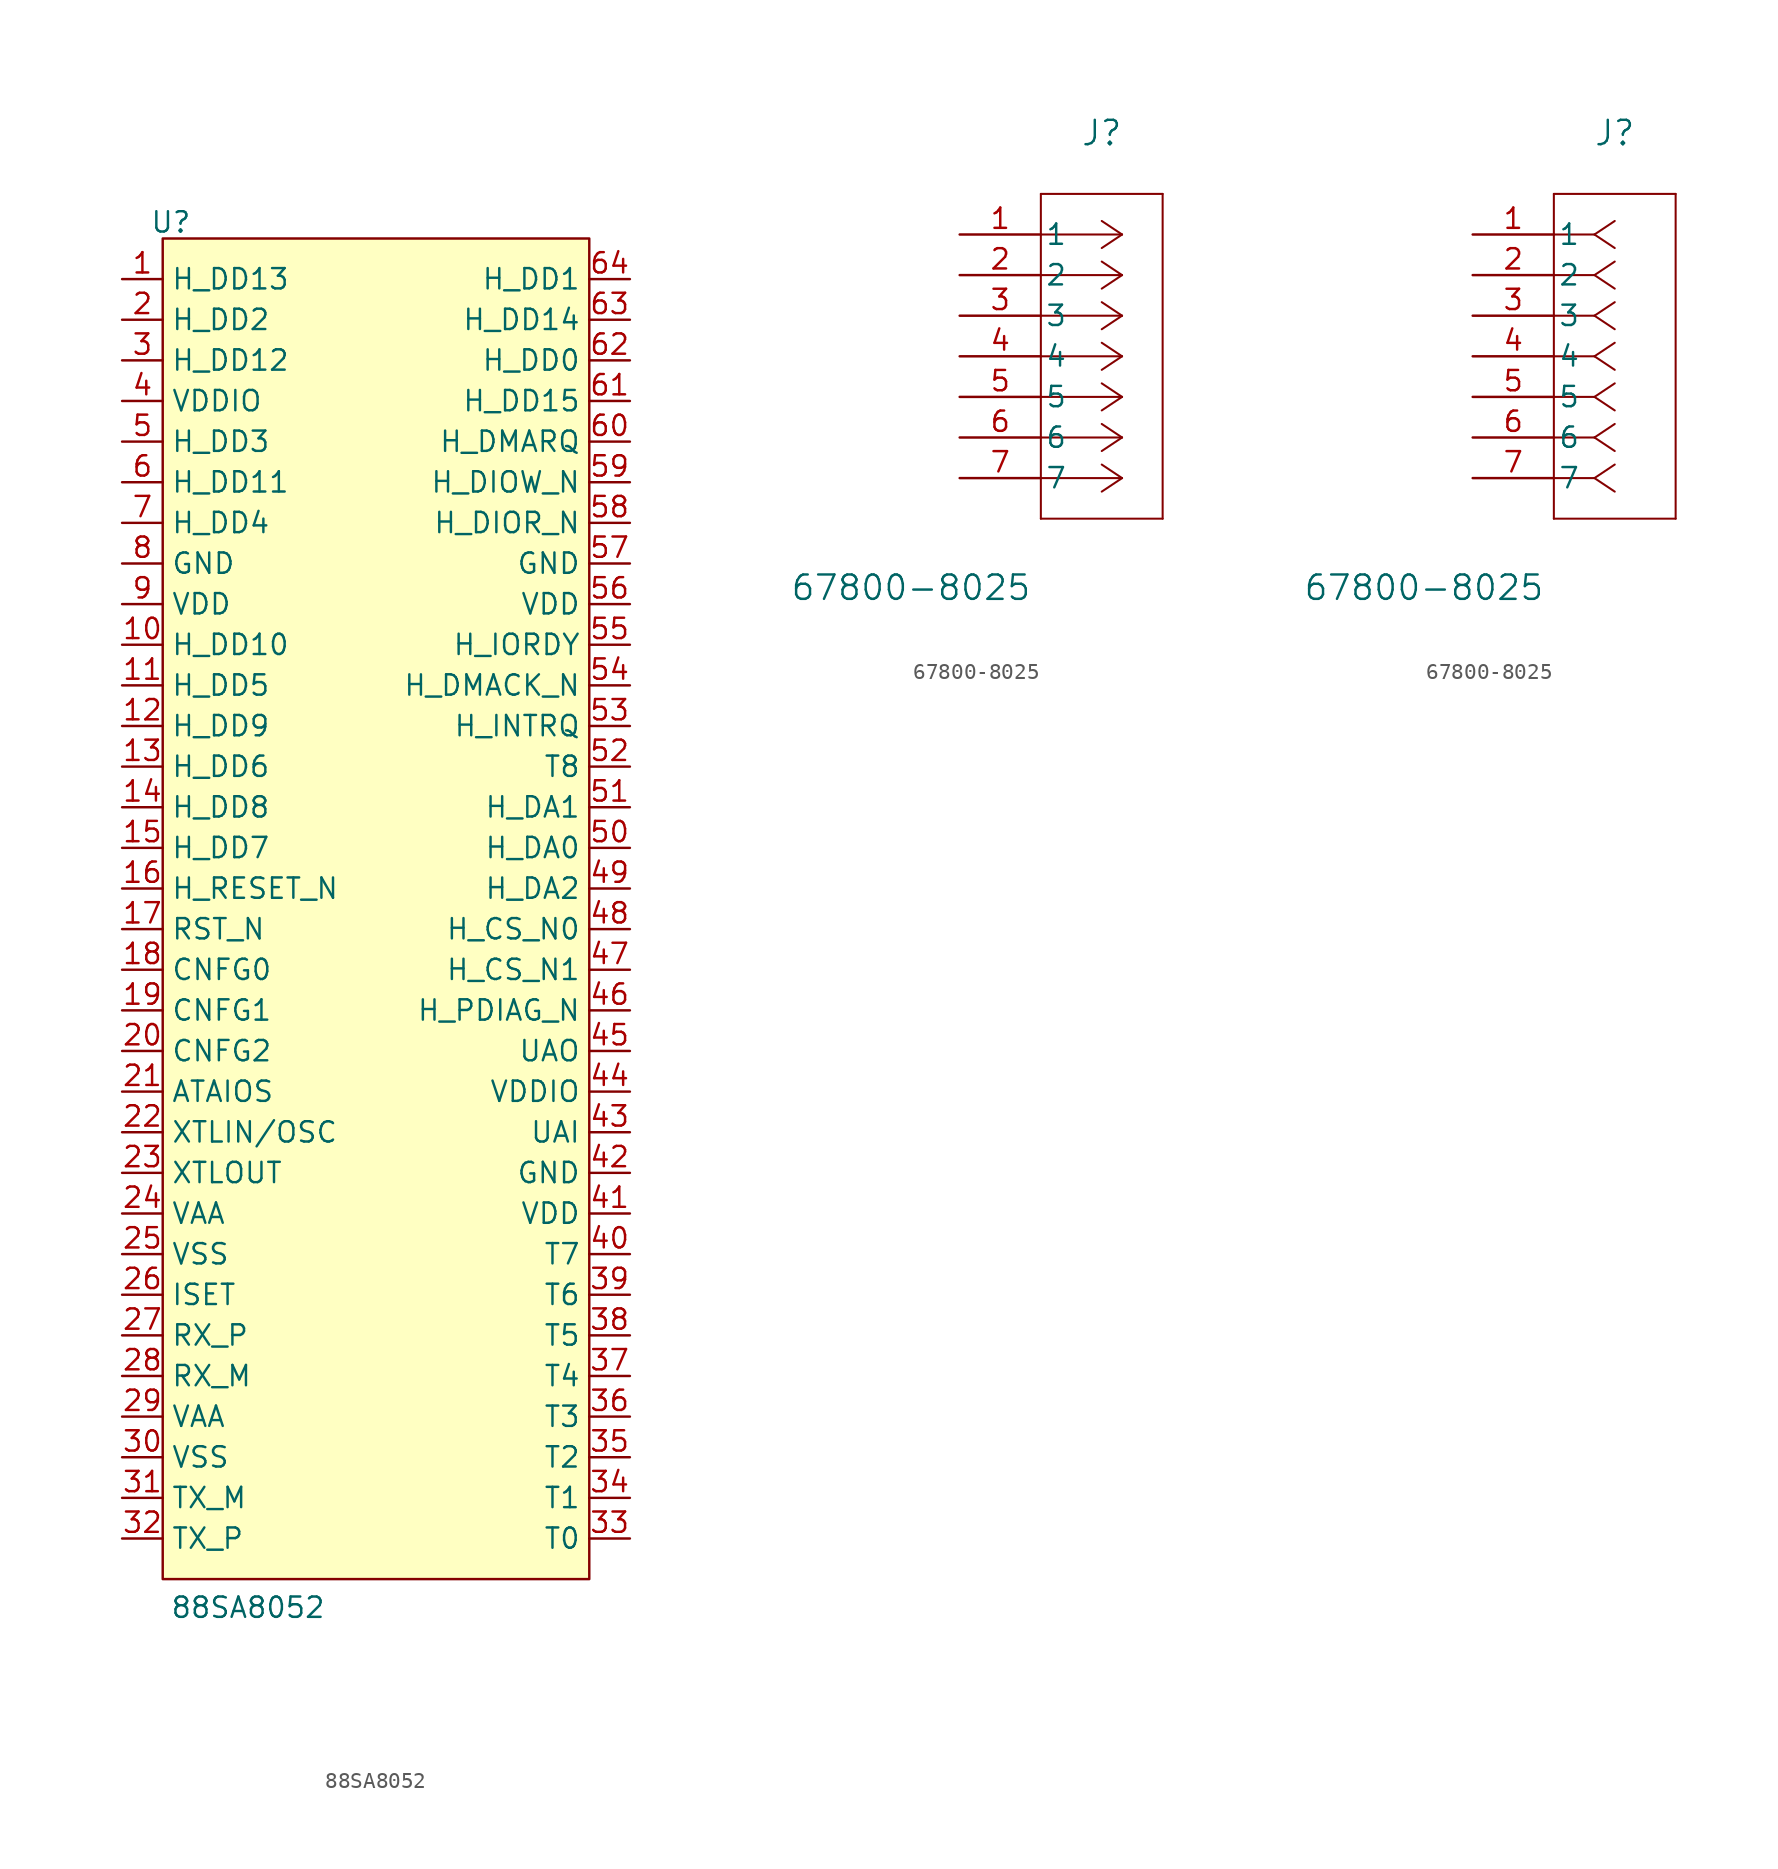
<source format=kicad_sym>
(kicad_symbol_lib
  (version 20231120)
  (generator "kicad_symbol_editor")
  (generator_version "8.0")
  (symbol "88SA8052"
    (property "Reference" "U"
      (at -12.192 41.656 0)
      (effects (font (size 1.27 1.27))))
    (property "Value" "88SA8052 "
      (at -7.366 -44.958 0)
      (effects (font (size 1.27 1.27))))
    (symbol "88SA8052_1_1"
      (rectangle (start -12.7 40.64) (end 13.97 -43.18) (stroke (width 0) (type default)) (fill (type background)))
      (pin bidirectional line (at -15.24 38.1 0) (length 2.54) (name "H_DD13" (effects (font (size 1.27 1.27)))) (number "1" (effects (font (size 1.27 1.27)))))
      (pin bidirectional line (at -15.24 15.24 0) (length 2.54) (name "H_DD10" (effects (font (size 1.27 1.27)))) (number "10" (effects (font (size 1.27 1.27)))))
      (pin bidirectional line (at -15.24 12.7 0) (length 2.54) (name "H_DD5" (effects (font (size 1.27 1.27)))) (number "11" (effects (font (size 1.27 1.27)))))
      (pin bidirectional line (at -15.24 10.16 0) (length 2.54) (name "H_DD9" (effects (font (size 1.27 1.27)))) (number "12" (effects (font (size 1.27 1.27)))))
      (pin bidirectional line (at -15.24 7.62 0) (length 2.54) (name "H_DD6" (effects (font (size 1.27 1.27)))) (number "13" (effects (font (size 1.27 1.27)))))
      (pin bidirectional line (at -15.24 5.08 0) (length 2.54) (name "H_DD8" (effects (font (size 1.27 1.27)))) (number "14" (effects (font (size 1.27 1.27)))))
      (pin bidirectional line (at -15.24 2.54 0) (length 2.54) (name "H_DD7" (effects (font (size 1.27 1.27)))) (number "15" (effects (font (size 1.27 1.27)))))
      (pin input line (at -15.24 0 0) (length 2.54) (name "H_RESET_N" (effects (font (size 1.27 1.27)))) (number "16" (effects (font (size 1.27 1.27)))))
      (pin bidirectional line (at -15.24 -2.54 0) (length 2.54) (name "RST_N" (effects (font (size 1.27 1.27)))) (number "17" (effects (font (size 1.27 1.27)))))
      (pin bidirectional line (at -15.24 -5.08 0) (length 2.54) (name "CNFG0" (effects (font (size 1.27 1.27)))) (number "18" (effects (font (size 1.27 1.27)))))
      (pin bidirectional line (at -15.24 -7.62 0) (length 2.54) (name "CNFG1" (effects (font (size 1.27 1.27)))) (number "19" (effects (font (size 1.27 1.27)))))
      (pin bidirectional line (at -15.24 35.56 0) (length 2.54) (name "H_DD2" (effects (font (size 1.27 1.27)))) (number "2" (effects (font (size 1.27 1.27)))))
      (pin bidirectional line (at -15.24 -10.16 0) (length 2.54) (name "CNFG2" (effects (font (size 1.27 1.27)))) (number "20" (effects (font (size 1.27 1.27)))))
      (pin bidirectional line (at -15.24 -12.7 0) (length 2.54) (name "ATAIOS" (effects (font (size 1.27 1.27)))) (number "21" (effects (font (size 1.27 1.27)))))
      (pin bidirectional line (at -15.24 -15.24 0) (length 2.54) (name "XTLIN/OSC" (effects (font (size 1.27 1.27)))) (number "22" (effects (font (size 1.27 1.27)))))
      (pin bidirectional line (at -15.24 -17.78 0) (length 2.54) (name "XTLOUT" (effects (font (size 1.27 1.27)))) (number "23" (effects (font (size 1.27 1.27)))))
      (pin power_in line (at -15.24 -20.32 0) (length 2.54) (name "VAA" (effects (font (size 1.27 1.27)))) (number "24" (effects (font (size 1.27 1.27)))))
      (pin power_in line (at -15.24 -22.86 0) (length 2.54) (name "VSS" (effects (font (size 1.27 1.27)))) (number "25" (effects (font (size 1.27 1.27)))))
      (pin bidirectional line (at -15.24 -25.4 0) (length 2.54) (name "ISET" (effects (font (size 1.27 1.27)))) (number "26" (effects (font (size 1.27 1.27)))))
      (pin bidirectional line (at -15.24 -27.94 0) (length 2.54) (name "RX_P" (effects (font (size 1.27 1.27)))) (number "27" (effects (font (size 1.27 1.27)))))
      (pin bidirectional line (at -15.24 -30.48 0) (length 2.54) (name "RX_M" (effects (font (size 1.27 1.27)))) (number "28" (effects (font (size 1.27 1.27)))))
      (pin power_in line (at -15.24 -33.02 0) (length 2.54) (name "VAA" (effects (font (size 1.27 1.27)))) (number "29" (effects (font (size 1.27 1.27)))))
      (pin bidirectional line (at -15.24 33.02 0) (length 2.54) (name "H_DD12" (effects (font (size 1.27 1.27)))) (number "3" (effects (font (size 1.27 1.27)))))
      (pin power_in line (at -15.24 -35.56 0) (length 2.54) (name "VSS" (effects (font (size 1.27 1.27)))) (number "30" (effects (font (size 1.27 1.27)))))
      (pin bidirectional line (at -15.24 -38.1 0) (length 2.54) (name "TX_M" (effects (font (size 1.27 1.27)))) (number "31" (effects (font (size 1.27 1.27)))))
      (pin bidirectional line (at -15.24 -40.64 0) (length 2.54) (name "TX_P" (effects (font (size 1.27 1.27)))) (number "32" (effects (font (size 1.27 1.27)))))
      (pin bidirectional line (at 16.51 -40.64 180) (length 2.54) (name "T0" (effects (font (size 1.27 1.27)))) (number "33" (effects (font (size 1.27 1.27)))))
      (pin bidirectional line (at 16.51 -38.1 180) (length 2.54) (name "T1" (effects (font (size 1.27 1.27)))) (number "34" (effects (font (size 1.27 1.27)))))
      (pin bidirectional line (at 16.51 -35.56 180) (length 2.54) (name "T2" (effects (font (size 1.27 1.27)))) (number "35" (effects (font (size 1.27 1.27)))))
      (pin bidirectional line (at 16.51 -33.02 180) (length 2.54) (name "T3" (effects (font (size 1.27 1.27)))) (number "36" (effects (font (size 1.27 1.27)))))
      (pin bidirectional line (at 16.51 -30.48 180) (length 2.54) (name "T4" (effects (font (size 1.27 1.27)))) (number "37" (effects (font (size 1.27 1.27)))))
      (pin bidirectional line (at 16.51 -27.94 180) (length 2.54) (name "T5" (effects (font (size 1.27 1.27)))) (number "38" (effects (font (size 1.27 1.27)))))
      (pin bidirectional line (at 16.51 -25.4 180) (length 2.54) (name "T6" (effects (font (size 1.27 1.27)))) (number "39" (effects (font (size 1.27 1.27)))))
      (pin power_in line (at -15.24 30.48 0) (length 2.54) (name "VDDIO" (effects (font (size 1.27 1.27)))) (number "4" (effects (font (size 1.27 1.27)))))
      (pin bidirectional line (at 16.51 -22.86 180) (length 2.54) (name "T7" (effects (font (size 1.27 1.27)))) (number "40" (effects (font (size 1.27 1.27)))))
      (pin power_in line (at 16.51 -20.32 180) (length 2.54) (name "VDD" (effects (font (size 1.27 1.27)))) (number "41" (effects (font (size 1.27 1.27)))))
      (pin power_in line (at 16.51 -17.78 180) (length 2.54) (name "GND" (effects (font (size 1.27 1.27)))) (number "42" (effects (font (size 1.27 1.27)))))
      (pin bidirectional line (at 16.51 -15.24 180) (length 2.54) (name "UAI" (effects (font (size 1.27 1.27)))) (number "43" (effects (font (size 1.27 1.27)))))
      (pin power_in line (at 16.51 -12.7 180) (length 2.54) (name "VDDIO" (effects (font (size 1.27 1.27)))) (number "44" (effects (font (size 1.27 1.27)))))
      (pin bidirectional line (at 16.51 -10.16 180) (length 2.54) (name "UAO" (effects (font (size 1.27 1.27)))) (number "45" (effects (font (size 1.27 1.27)))))
      (pin bidirectional line (at 16.51 -7.62 180) (length 2.54) (name "H_PDIAG_N" (effects (font (size 1.27 1.27)))) (number "46" (effects (font (size 1.27 1.27)))))
      (pin bidirectional line (at 16.51 -5.08 180) (length 2.54) (name "H_CS_N1" (effects (font (size 1.27 1.27)))) (number "47" (effects (font (size 1.27 1.27)))))
      (pin bidirectional line (at 16.51 -2.54 180) (length 2.54) (name "H_CS_N0" (effects (font (size 1.27 1.27)))) (number "48" (effects (font (size 1.27 1.27)))))
      (pin bidirectional line (at 16.51 0 180) (length 2.54) (name "H_DA2" (effects (font (size 1.27 1.27)))) (number "49" (effects (font (size 1.27 1.27)))))
      (pin bidirectional line (at -15.24 27.94 0) (length 2.54) (name "H_DD3" (effects (font (size 1.27 1.27)))) (number "5" (effects (font (size 1.27 1.27)))))
      (pin bidirectional line (at 16.51 2.54 180) (length 2.54) (name "H_DA0" (effects (font (size 1.27 1.27)))) (number "50" (effects (font (size 1.27 1.27)))))
      (pin bidirectional line (at 16.51 5.08 180) (length 2.54) (name "H_DA1" (effects (font (size 1.27 1.27)))) (number "51" (effects (font (size 1.27 1.27)))))
      (pin bidirectional line (at 16.51 7.62 180) (length 2.54) (name "T8" (effects (font (size 1.27 1.27)))) (number "52" (effects (font (size 1.27 1.27)))))
      (pin bidirectional line (at 16.51 10.16 180) (length 2.54) (name "H_INTRQ" (effects (font (size 1.27 1.27)))) (number "53" (effects (font (size 1.27 1.27)))))
      (pin bidirectional line (at 16.51 12.7 180) (length 2.54) (name "H_DMACK_N" (effects (font (size 1.27 1.27)))) (number "54" (effects (font (size 1.27 1.27)))))
      (pin bidirectional line (at 16.51 15.24 180) (length 2.54) (name "H_IORDY" (effects (font (size 1.27 1.27)))) (number "55" (effects (font (size 1.27 1.27)))))
      (pin power_in line (at 16.51 17.78 180) (length 2.54) (name "VDD" (effects (font (size 1.27 1.27)))) (number "56" (effects (font (size 1.27 1.27)))))
      (pin power_in line (at 16.51 20.32 180) (length 2.54) (name "GND" (effects (font (size 1.27 1.27)))) (number "57" (effects (font (size 1.27 1.27)))))
      (pin bidirectional line (at 16.51 22.86 180) (length 2.54) (name "H_DIOR_N" (effects (font (size 1.27 1.27)))) (number "58" (effects (font (size 1.27 1.27)))))
      (pin bidirectional line (at 16.51 25.4 180) (length 2.54) (name "H_DIOW_N" (effects (font (size 1.27 1.27)))) (number "59" (effects (font (size 1.27 1.27)))))
      (pin bidirectional line (at -15.24 25.4 0) (length 2.54) (name "H_DD11" (effects (font (size 1.27 1.27)))) (number "6" (effects (font (size 1.27 1.27)))))
      (pin bidirectional line (at 16.51 27.94 180) (length 2.54) (name "H_DMARQ" (effects (font (size 1.27 1.27)))) (number "60" (effects (font (size 1.27 1.27)))))
      (pin bidirectional line (at 16.51 30.48 180) (length 2.54) (name "H_DD15" (effects (font (size 1.27 1.27)))) (number "61" (effects (font (size 1.27 1.27)))))
      (pin bidirectional line (at 16.51 33.02 180) (length 2.54) (name "H_DD0" (effects (font (size 1.27 1.27)))) (number "62" (effects (font (size 1.27 1.27)))))
      (pin bidirectional line (at 16.51 35.56 180) (length 2.54) (name "H_DD14" (effects (font (size 1.27 1.27)))) (number "63" (effects (font (size 1.27 1.27)))))
      (pin bidirectional line (at 16.51 38.1 180) (length 2.54) (name "H_DD1" (effects (font (size 1.27 1.27)))) (number "64" (effects (font (size 1.27 1.27)))))
      (pin bidirectional line (at -15.24 22.86 0) (length 2.54) (name "H_DD4" (effects (font (size 1.27 1.27)))) (number "7" (effects (font (size 1.27 1.27)))))
      (pin power_in line (at -15.24 20.32 0) (length 2.54) (name "GND" (effects (font (size 1.27 1.27)))) (number "8" (effects (font (size 1.27 1.27)))))
      (pin power_in line (at -15.24 17.78 0) (length 2.54) (name "VDD" (effects (font (size 1.27 1.27)))) (number "9" (effects (font (size 1.27 1.27)))))))
  (symbol "67800-8025"
    (pin_names
      (offset 0.254))
    (property "Reference" "J"
      (at 8.89 6.35 0)
      (effects (font (size 1.524 1.524))))
    (property "Value" "67800-8025"
      (at -3.048 -22.098 0)
      (effects (font (size 1.524 1.524))))
    (symbol "67800-8025_1_1"
      (polyline (pts (xy 5.08 -17.78) (xy 12.7 -17.78)) (stroke (width 0.127) (type default)) (fill (type none)))
      (polyline (pts (xy 5.08 2.54) (xy 5.08 -17.78)) (stroke (width 0.127) (type default)) (fill (type none)))
      (polyline (pts (xy 10.16 -15.24) (xy 5.08 -15.24)) (stroke (width 0.127) (type default)) (fill (type none)))
      (polyline (pts (xy 10.16 -15.24) (xy 8.89 -16.087)) (stroke (width 0.127) (type default)) (fill (type none)))
      (polyline (pts (xy 10.16 -15.24) (xy 8.89 -14.393)) (stroke (width 0.127) (type default)) (fill (type none)))
      (polyline (pts (xy 10.16 -12.7) (xy 5.08 -12.7)) (stroke (width 0.127) (type default)) (fill (type none)))
      (polyline (pts (xy 10.16 -12.7) (xy 8.89 -13.547)) (stroke (width 0.127) (type default)) (fill (type none)))
      (polyline (pts (xy 10.16 -12.7) (xy 8.89 -11.853)) (stroke (width 0.127) (type default)) (fill (type none)))
      (polyline (pts (xy 10.16 -10.16) (xy 5.08 -10.16)) (stroke (width 0.127) (type default)) (fill (type none)))
      (polyline (pts (xy 10.16 -10.16) (xy 8.89 -11.007)) (stroke (width 0.127) (type default)) (fill (type none)))
      (polyline (pts (xy 10.16 -10.16) (xy 8.89 -9.313)) (stroke (width 0.127) (type default)) (fill (type none)))
      (polyline (pts (xy 10.16 -7.62) (xy 5.08 -7.62)) (stroke (width 0.127) (type default)) (fill (type none)))
      (polyline (pts (xy 10.16 -7.62) (xy 8.89 -8.467)) (stroke (width 0.127) (type default)) (fill (type none)))
      (polyline (pts (xy 10.16 -7.62) (xy 8.89 -6.773)) (stroke (width 0.127) (type default)) (fill (type none)))
      (polyline (pts (xy 10.16 -5.08) (xy 5.08 -5.08)) (stroke (width 0.127) (type default)) (fill (type none)))
      (polyline (pts (xy 10.16 -5.08) (xy 8.89 -5.927)) (stroke (width 0.127) (type default)) (fill (type none)))
      (polyline (pts (xy 10.16 -5.08) (xy 8.89 -4.233)) (stroke (width 0.127) (type default)) (fill (type none)))
      (polyline (pts (xy 10.16 -2.54) (xy 5.08 -2.54)) (stroke (width 0.127) (type default)) (fill (type none)))
      (polyline (pts (xy 10.16 -2.54) (xy 8.89 -3.387)) (stroke (width 0.127) (type default)) (fill (type none)))
      (polyline (pts (xy 10.16 -2.54) (xy 8.89 -1.693)) (stroke (width 0.127) (type default)) (fill (type none)))
      (polyline (pts (xy 10.16 0) (xy 5.08 0)) (stroke (width 0.127) (type default)) (fill (type none)))
      (polyline (pts (xy 10.16 0) (xy 8.89 -0.847)) (stroke (width 0.127) (type default)) (fill (type none)))
      (polyline (pts (xy 10.16 0) (xy 8.89 0.847)) (stroke (width 0.127) (type default)) (fill (type none)))
      (polyline (pts (xy 12.7 -17.78) (xy 12.7 2.54)) (stroke (width 0.127) (type default)) (fill (type none)))
      (polyline (pts (xy 12.7 2.54) (xy 5.08 2.54)) (stroke (width 0.127) (type default)) (fill (type none)))
      (pin bidirectional line (at 0 0 0) (length 5.08) (name "1" (effects (font (size 1.27 1.27)))) (number "1" (effects (font (size 1.27 1.27)))))
      (pin bidirectional line (at 0 -2.54 0) (length 5.08) (name "2" (effects (font (size 1.27 1.27)))) (number "2" (effects (font (size 1.27 1.27)))))
      (pin bidirectional line (at 0 -5.08 0) (length 5.08) (name "3" (effects (font (size 1.27 1.27)))) (number "3" (effects (font (size 1.27 1.27)))))
      (pin bidirectional line (at 0 -7.62 0) (length 5.08) (name "4" (effects (font (size 1.27 1.27)))) (number "4" (effects (font (size 1.27 1.27)))))
      (pin bidirectional line (at 0 -10.16 0) (length 5.08) (name "5" (effects (font (size 1.27 1.27)))) (number "5" (effects (font (size 1.27 1.27)))))
      (pin bidirectional line (at 0 -12.7 0) (length 5.08) (name "6" (effects (font (size 1.27 1.27)))) (number "6" (effects (font (size 1.27 1.27)))))
      (pin bidirectional line (at 0 -15.24 0) (length 5.08) (name "7" (effects (font (size 1.27 1.27)))) (number "7" (effects (font (size 1.27 1.27))))))
    (symbol "67800-8025_1_2"
      (polyline (pts (xy 5.08 -17.78) (xy 12.7 -17.78)) (stroke (width 0.127) (type default)) (fill (type none)))
      (polyline (pts (xy 5.08 2.54) (xy 5.08 -17.78)) (stroke (width 0.127) (type default)) (fill (type none)))
      (polyline (pts (xy 7.62 -15.24) (xy 5.08 -15.24)) (stroke (width 0.127) (type default)) (fill (type none)))
      (polyline (pts (xy 7.62 -15.24) (xy 8.89 -16.087)) (stroke (width 0.127) (type default)) (fill (type none)))
      (polyline (pts (xy 7.62 -15.24) (xy 8.89 -14.393)) (stroke (width 0.127) (type default)) (fill (type none)))
      (polyline (pts (xy 7.62 -12.7) (xy 5.08 -12.7)) (stroke (width 0.127) (type default)) (fill (type none)))
      (polyline (pts (xy 7.62 -12.7) (xy 8.89 -13.547)) (stroke (width 0.127) (type default)) (fill (type none)))
      (polyline (pts (xy 7.62 -12.7) (xy 8.89 -11.853)) (stroke (width 0.127) (type default)) (fill (type none)))
      (polyline (pts (xy 7.62 -10.16) (xy 5.08 -10.16)) (stroke (width 0.127) (type default)) (fill (type none)))
      (polyline (pts (xy 7.62 -10.16) (xy 8.89 -11.007)) (stroke (width 0.127) (type default)) (fill (type none)))
      (polyline (pts (xy 7.62 -10.16) (xy 8.89 -9.313)) (stroke (width 0.127) (type default)) (fill (type none)))
      (polyline (pts (xy 7.62 -7.62) (xy 5.08 -7.62)) (stroke (width 0.127) (type default)) (fill (type none)))
      (polyline (pts (xy 7.62 -7.62) (xy 8.89 -8.467)) (stroke (width 0.127) (type default)) (fill (type none)))
      (polyline (pts (xy 7.62 -7.62) (xy 8.89 -6.773)) (stroke (width 0.127) (type default)) (fill (type none)))
      (polyline (pts (xy 7.62 -5.08) (xy 5.08 -5.08)) (stroke (width 0.127) (type default)) (fill (type none)))
      (polyline (pts (xy 7.62 -5.08) (xy 8.89 -5.927)) (stroke (width 0.127) (type default)) (fill (type none)))
      (polyline (pts (xy 7.62 -5.08) (xy 8.89 -4.233)) (stroke (width 0.127) (type default)) (fill (type none)))
      (polyline (pts (xy 7.62 -2.54) (xy 5.08 -2.54)) (stroke (width 0.127) (type default)) (fill (type none)))
      (polyline (pts (xy 7.62 -2.54) (xy 8.89 -3.387)) (stroke (width 0.127) (type default)) (fill (type none)))
      (polyline (pts (xy 7.62 -2.54) (xy 8.89 -1.693)) (stroke (width 0.127) (type default)) (fill (type none)))
      (polyline (pts (xy 7.62 0) (xy 5.08 0)) (stroke (width 0.127) (type default)) (fill (type none)))
      (polyline (pts (xy 7.62 0) (xy 8.89 -0.847)) (stroke (width 0.127) (type default)) (fill (type none)))
      (polyline (pts (xy 7.62 0) (xy 8.89 0.847)) (stroke (width 0.127) (type default)) (fill (type none)))
      (polyline (pts (xy 12.7 -17.78) (xy 12.7 2.54)) (stroke (width 0.127) (type default)) (fill (type none)))
      (polyline (pts (xy 12.7 2.54) (xy 5.08 2.54)) (stroke (width 0.127) (type default)) (fill (type none)))
      (pin bidirectional line (at 0 0 0) (length 5.08) (name "1" (effects (font (size 1.27 1.27)))) (number "1" (effects (font (size 1.27 1.27)))))
      (pin bidirectional line (at 0 -2.54 0) (length 5.08) (name "2" (effects (font (size 1.27 1.27)))) (number "2" (effects (font (size 1.27 1.27)))))
      (pin bidirectional line (at 0 -5.08 0) (length 5.08) (name "3" (effects (font (size 1.27 1.27)))) (number "3" (effects (font (size 1.27 1.27)))))
      (pin bidirectional line (at 0 -7.62 0) (length 5.08) (name "4" (effects (font (size 1.27 1.27)))) (number "4" (effects (font (size 1.27 1.27)))))
      (pin bidirectional line (at 0 -10.16 0) (length 5.08) (name "5" (effects (font (size 1.27 1.27)))) (number "5" (effects (font (size 1.27 1.27)))))
      (pin bidirectional line (at 0 -12.7 0) (length 5.08) (name "6" (effects (font (size 1.27 1.27)))) (number "6" (effects (font (size 1.27 1.27)))))
      (pin bidirectional line (at 0 -15.24 0) (length 5.08) (name "7" (effects (font (size 1.27 1.27)))) (number "7" (effects (font (size 1.27 1.27))))))))
</source>
